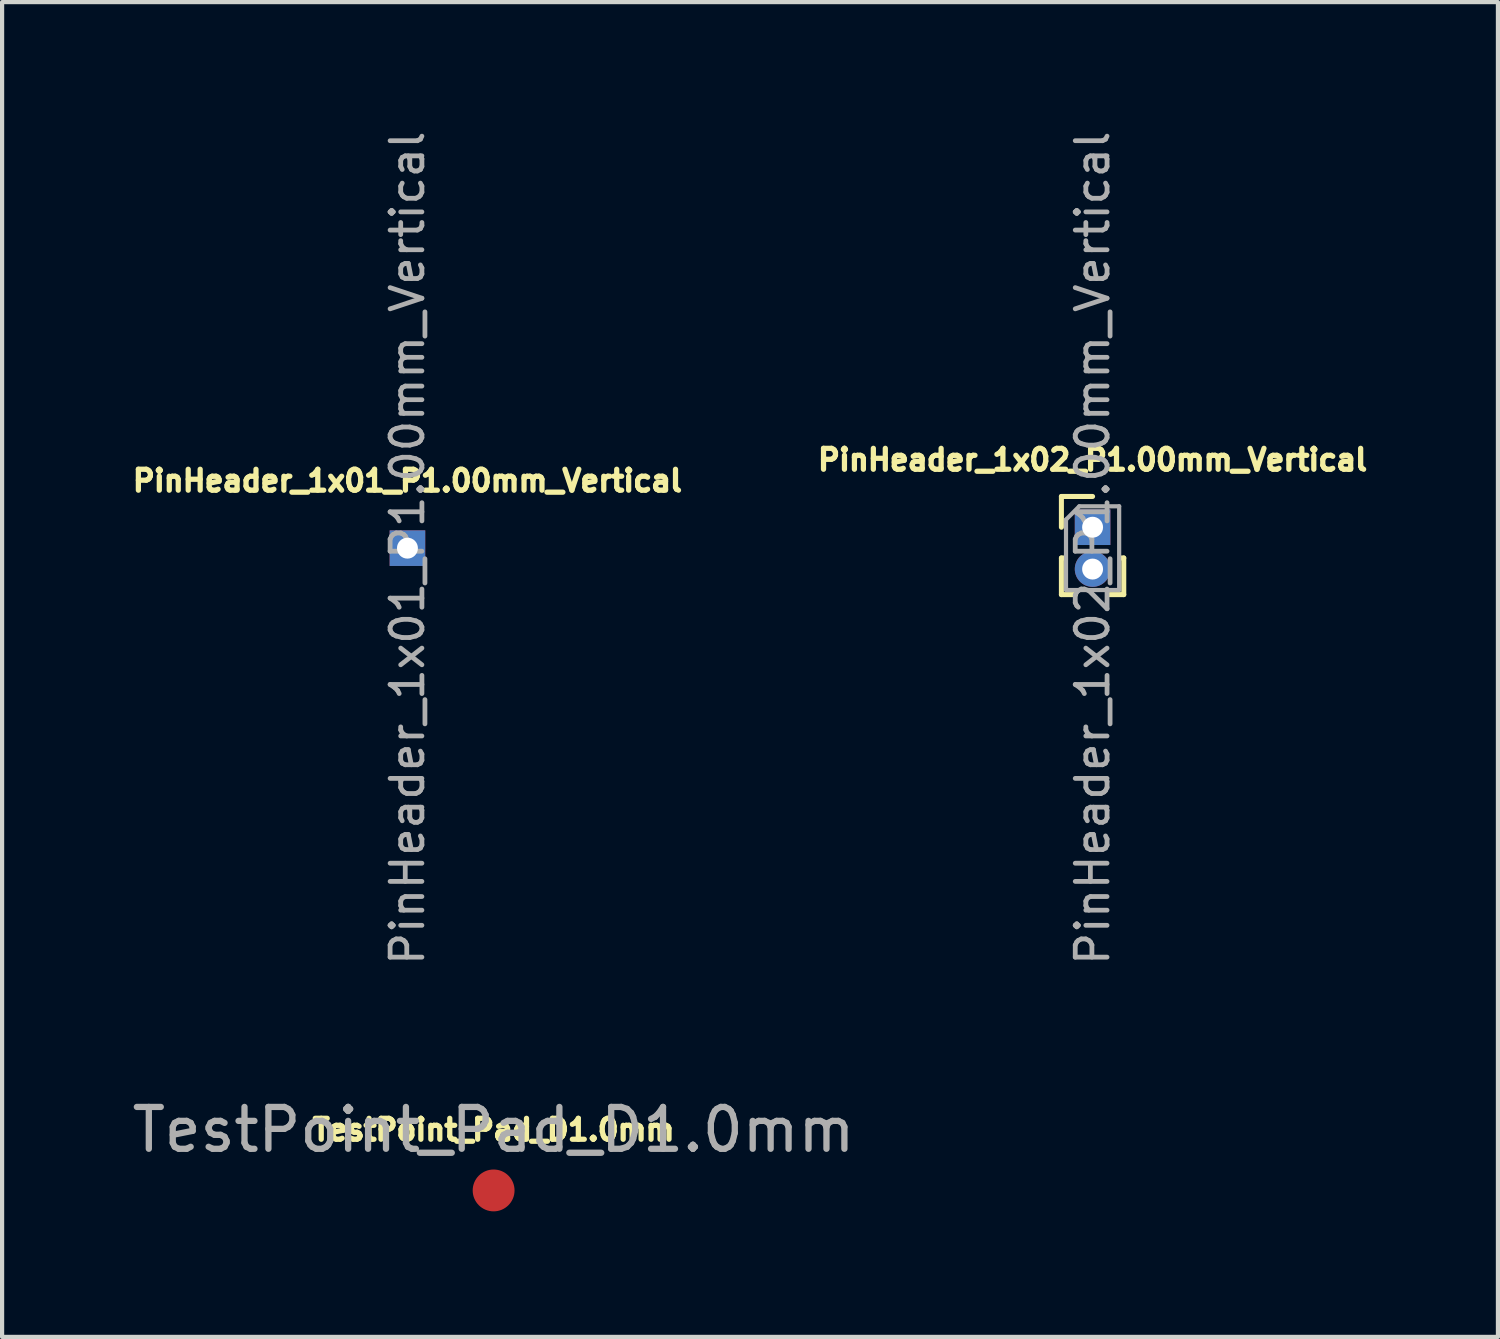
<source format=kicad_pcb>
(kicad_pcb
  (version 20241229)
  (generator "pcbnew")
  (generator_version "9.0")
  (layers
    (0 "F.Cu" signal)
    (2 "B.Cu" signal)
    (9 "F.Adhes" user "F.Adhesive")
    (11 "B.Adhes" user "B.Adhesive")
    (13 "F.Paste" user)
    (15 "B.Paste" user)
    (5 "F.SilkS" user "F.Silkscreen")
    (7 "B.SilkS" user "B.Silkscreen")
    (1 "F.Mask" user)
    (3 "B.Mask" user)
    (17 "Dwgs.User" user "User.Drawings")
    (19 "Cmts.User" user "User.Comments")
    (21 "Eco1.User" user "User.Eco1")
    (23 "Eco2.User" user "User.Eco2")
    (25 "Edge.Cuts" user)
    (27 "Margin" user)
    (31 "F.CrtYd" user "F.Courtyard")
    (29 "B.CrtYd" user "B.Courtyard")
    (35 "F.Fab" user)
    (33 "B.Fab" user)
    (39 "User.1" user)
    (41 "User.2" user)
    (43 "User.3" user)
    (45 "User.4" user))
  (footprint "PinHeader_1x01_P1.00mm_Vertical"
    (layer "F.Cu")
    (at 6.685 10.047)
    (property "Reference" "PinHeader_1x01_P1.00mm_Vertical" (at 0 -1.61 0) (layer "F.SilkS") (effects (font (size 0.5 0.5) (thickness 0.125))))
    (attr through_hole dnp)
    (fp_text user "${REFERENCE}" (at 0 0 90) (layer "F.Fab") (effects (font (size 0.76 0.76) (thickness 0.114))))
    (pad "1" thru_hole rect (at 0 0) (size 0.85 0.85) (drill 0.5) (layers "*.Cu" "*.Mask")))
  (footprint "TestPoint_Pad_D1.0mm"
    (layer "F.Cu")
    (at 8.744 25.393)
    (property "Reference" "TestPoint_Pad_D1.0mm" (at 0 -1.448 0) (layer "F.SilkS") (effects (font (size 0.5 0.5) (thickness 0.125))))
    (attr exclude_from_pos_files dnp)
    (fp_text user "${REFERENCE}" (at 0 -1.45 0) (layer "F.Fab") (effects (font (size 1 1) (thickness 0.15))))
    (pad "1" smd circle (at 0 0) (size 1 1) (layers "F.Cu" "F.Mask")))
  (footprint "PinHeader_1x02_P1.00mm_Vertical"
    (placed yes)
    (layer "F.Cu")
    (at 23.055 9.547)
    (property "Reference" "PinHeader_1x02_P1.00mm_Vertical" (at 0 -1.61 0) (layer "F.SilkS") (effects (font (size 0.5 0.5) (thickness 0.125))))
    (attr through_hole dnp)
    (fp_line (start -0.745 -0.735) (end 0 -0.735) (stroke (width 0.12) (type solid)) (layer "F.SilkS"))
    (fp_line (start -0.745 0) (end -0.745 -0.735) (stroke (width 0.12) (type solid)) (layer "F.SilkS"))
    (fp_line (start -0.745 0.735) (end -0.745 1.61) (stroke (width 0.12) (type solid)) (layer "F.SilkS"))
    (fp_line (start -0.745 0.735) (end -0.686 0.735) (stroke (width 0.12) (type solid)) (layer "F.SilkS"))
    (fp_line (start -0.745 1.61) (end -0.41 1.61) (stroke (width 0.12) (type solid)) (layer "F.SilkS"))
    (fp_line (start 0.41 1.61) (end 0.745 1.61) (stroke (width 0.12) (type solid)) (layer "F.SilkS"))
    (fp_line (start 0.686 0.735) (end 0.745 0.735) (stroke (width 0.12) (type solid)) (layer "F.SilkS"))
    (fp_line (start 0.745 0.735) (end 0.745 1.61) (stroke (width 0.12) (type solid)) (layer "F.SilkS"))
    (fp_line (start -0.635 -0.182) (end -0.318 -0.5) (stroke (width 0.1) (type solid)) (layer "F.Fab"))
    (fp_line (start -0.635 1.5) (end -0.635 -0.182) (stroke (width 0.1) (type solid)) (layer "F.Fab"))
    (fp_line (start -0.318 -0.5) (end 0.635 -0.5) (stroke (width 0.1) (type solid)) (layer "F.Fab"))
    (fp_line (start 0.635 -0.5) (end 0.635 1.5) (stroke (width 0.1) (type solid)) (layer "F.Fab"))
    (fp_line (start 0.635 1.5) (end -0.635 1.5) (stroke (width 0.1) (type solid)) (layer "F.Fab"))
    (fp_text user "${REFERENCE}" (at 0 0.5 90) (layer "F.Fab") (effects (font (size 0.76 0.76) (thickness 0.114))))
    (pad "1" thru_hole rect (at 0 0) (size 0.85 0.85) (drill 0.5) (layers "*.Cu" "*.Mask"))
    (pad "2" thru_hole circle (at 0 1) (size 0.85 0.85) (drill 0.5) (layers "*.Cu" "*.Mask")))
  (gr_rect
    (start -3 -3)
    (end 32.74 28.893)
    (stroke (width 0.1) (type default))
    (fill no)
    (layer "Edge.Cuts")))
</source>
